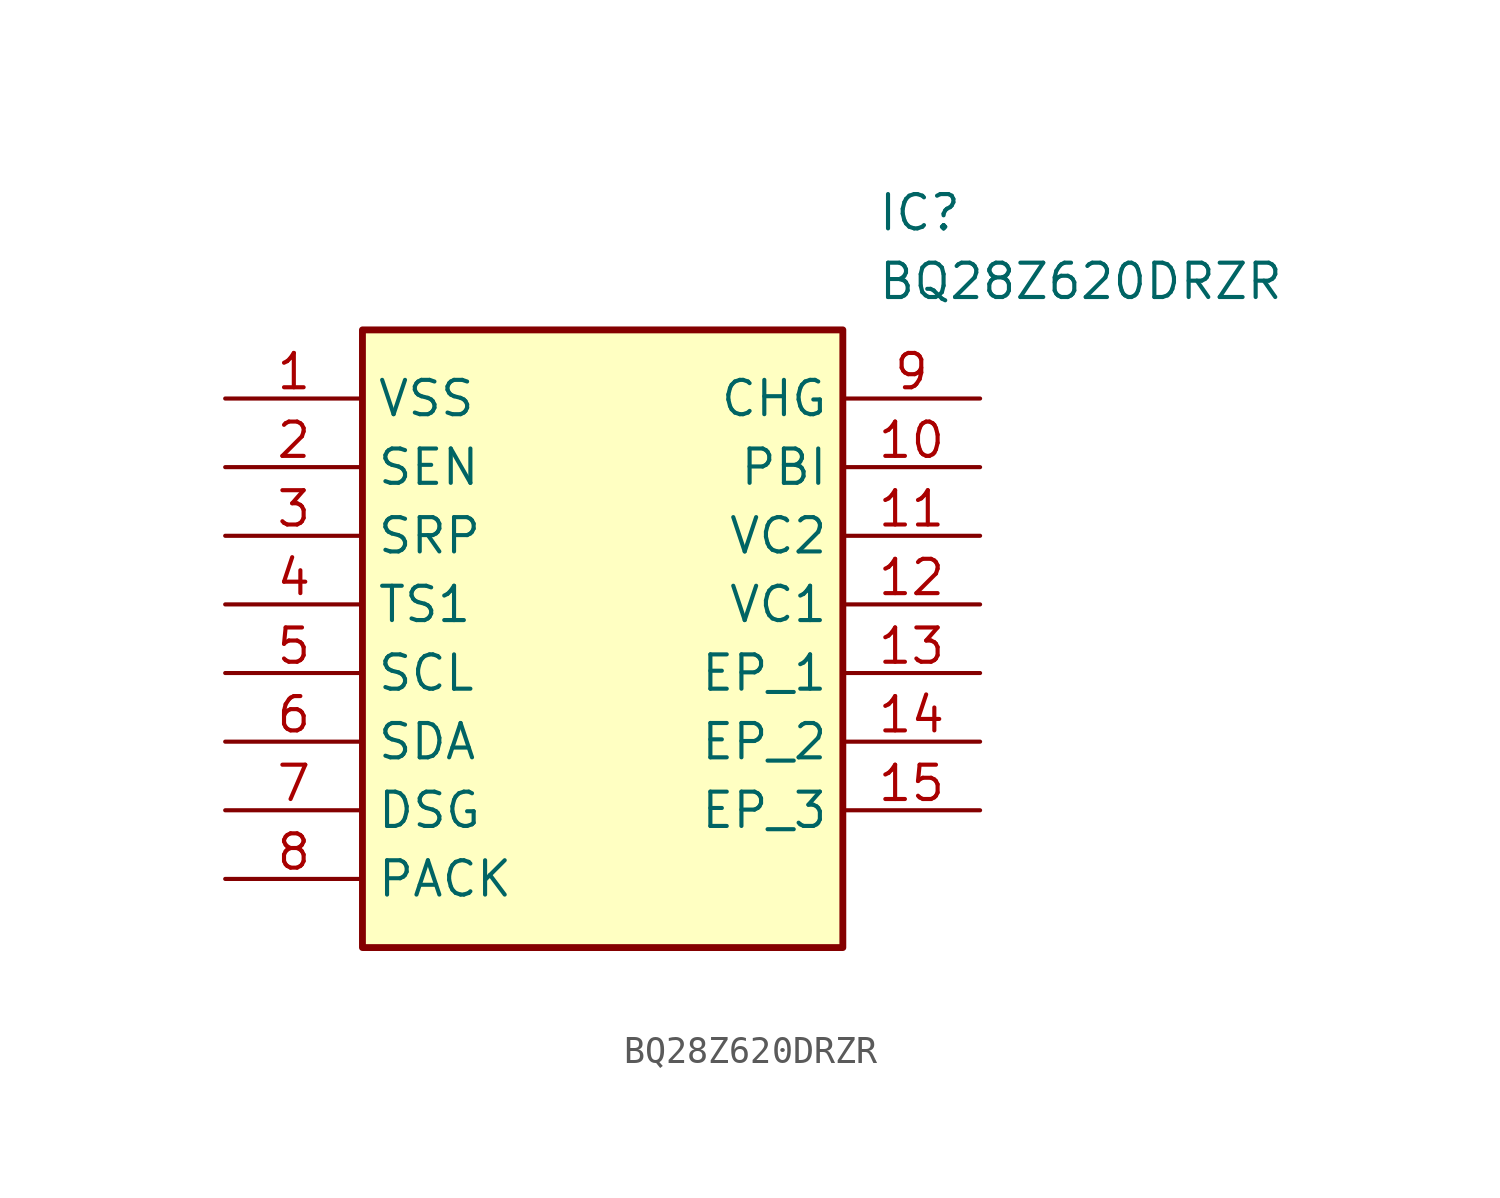
<source format=kicad_sym>
(kicad_symbol_lib
  (version 20211014)
  (generator SamacSys_ECAD_Model)
  (symbol "BQ28Z620DRZR"
    (property "Reference" "IC"
      (at 24.13 7.62 0)
      (effects (font (size 1.27 1.27)) (justify left top)))
    (property "Value" "BQ28Z620DRZR"
      (at 24.13 5.08 0)
      (effects (font (size 1.27 1.27)) (justify left top)))
    (rectangle
      (start 5.08 2.54)
      (end 22.86 -20.32)
      (stroke (width 0.254) (type default))
      (fill (type background)))
    (pin passive line
      (at 0 0 0)
      (length 5.08)
      (name "VSS" (effects (font (size 1.27 1.27))))
      (number "1" (effects (font (size 1.27 1.27)))))
    (pin passive line
      (at 0 -2.54 0)
      (length 5.08)
      (name "SEN" (effects (font (size 1.27 1.27))))
      (number "2" (effects (font (size 1.27 1.27)))))
    (pin passive line
      (at 0 -5.08 0)
      (length 5.08)
      (name "SRP" (effects (font (size 1.27 1.27))))
      (number "3" (effects (font (size 1.27 1.27)))))
    (pin passive line
      (at 0 -7.62 0)
      (length 5.08)
      (name "TS1" (effects (font (size 1.27 1.27))))
      (number "4" (effects (font (size 1.27 1.27)))))
    (pin passive line
      (at 0 -10.16 0)
      (length 5.08)
      (name "SCL" (effects (font (size 1.27 1.27))))
      (number "5" (effects (font (size 1.27 1.27)))))
    (pin passive line
      (at 0 -12.7 0)
      (length 5.08)
      (name "SDA" (effects (font (size 1.27 1.27))))
      (number "6" (effects (font (size 1.27 1.27)))))
    (pin passive line
      (at 0 -15.24 0)
      (length 5.08)
      (name "DSG" (effects (font (size 1.27 1.27))))
      (number "7" (effects (font (size 1.27 1.27)))))
    (pin passive line
      (at 0 -17.78 0)
      (length 5.08)
      (name "PACK" (effects (font (size 1.27 1.27))))
      (number "8" (effects (font (size 1.27 1.27)))))
    (pin passive line
      (at 27.94 0 180)
      (length 5.08)
      (name "CHG" (effects (font (size 1.27 1.27))))
      (number "9" (effects (font (size 1.27 1.27)))))
    (pin passive line
      (at 27.94 -2.54 180)
      (length 5.08)
      (name "PBI" (effects (font (size 1.27 1.27))))
      (number "10" (effects (font (size 1.27 1.27)))))
    (pin passive line
      (at 27.94 -5.08 180)
      (length 5.08)
      (name "VC2" (effects (font (size 1.27 1.27))))
      (number "11" (effects (font (size 1.27 1.27)))))
    (pin passive line
      (at 27.94 -7.62 180)
      (length 5.08)
      (name "VC1" (effects (font (size 1.27 1.27))))
      (number "12" (effects (font (size 1.27 1.27)))))
    (pin passive line
      (at 27.94 -10.16 180)
      (length 5.08)
      (name "EP_1" (effects (font (size 1.27 1.27))))
      (number "13" (effects (font (size 1.27 1.27)))))
    (pin passive line
      (at 27.94 -12.7 180)
      (length 5.08)
      (name "EP_2" (effects (font (size 1.27 1.27))))
      (number "14" (effects (font (size 1.27 1.27)))))
    (pin passive line
      (at 27.94 -15.24 180)
      (length 5.08)
      (name "EP_3" (effects (font (size 1.27 1.27))))
      (number "15" (effects (font (size 1.27 1.27)))))))
</source>
